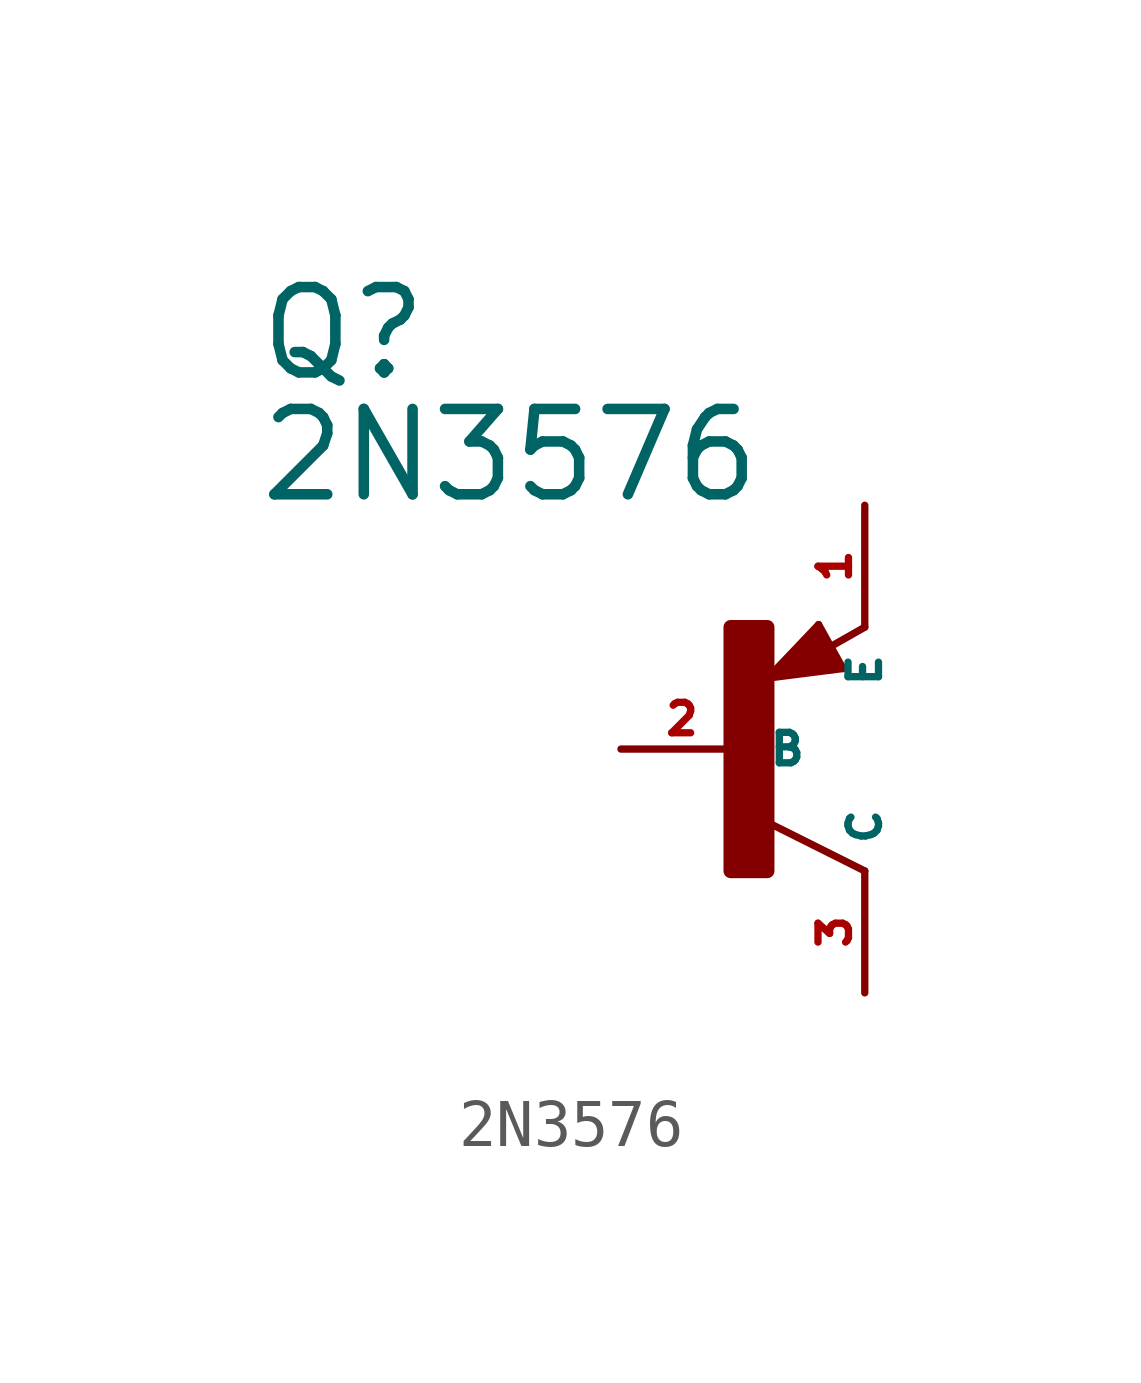
<source format=kicad_sym>
(kicad_symbol_lib
  (version 20220914)
  (generator Eagle2Kicad)
  (symbol "2N3576"
    (property "Reference" "Q"
      (at -10.16 7.62 0)
      (effects (font (size 1.778 1.778) (thickness 0.22)) (justify left bottom)))
    (property "Value" "2N3576"
      (at -10.16 5.08 0)
      (effects (font (size 1.778 1.778) (thickness 0.22)) (justify left bottom)))
    (polyline
      (pts (xy 2.086 1.678) (xy 1.578 2.594))
      (stroke (width 0.152) (type default))
      (fill (type none)))
    (polyline
      (pts (xy 1.578 2.594) (xy 0.516 1.478))
      (stroke (width 0.152) (type default))
      (fill (type none)))
    (polyline
      (pts (xy 0.516 1.478) (xy 2.086 1.678))
      (stroke (width 0.152) (type default))
      (fill (type none)))
    (polyline
      (pts (xy 2.54 2.54) (xy 1.808 2.124))
      (stroke (width 0.152) (type default))
      (fill (type none)))
    (polyline
      (pts (xy 2.54 -2.54) (xy 0.508 -1.524))
      (stroke (width 0.152) (type default))
      (fill (type none)))
    (polyline
      (pts (xy 1.905 1.778) (xy 1.524 2.413))
      (stroke (width 0.254) (type default))
      (fill (type none)))
    (polyline
      (pts (xy 1.524 2.413) (xy 0.762 1.651))
      (stroke (width 0.254) (type default))
      (fill (type none)))
    (polyline
      (pts (xy 0.762 1.651) (xy 1.778 1.778))
      (stroke (width 0.254) (type default))
      (fill (type none)))
    (polyline
      (pts (xy 1.778 1.778) (xy 1.524 2.159))
      (stroke (width 0.254) (type default))
      (fill (type none)))
    (polyline
      (pts (xy 1.524 2.159) (xy 1.143 1.905))
      (stroke (width 0.254) (type default))
      (fill (type none)))
    (polyline
      (pts (xy 1.143 1.905) (xy 1.524 1.905))
      (stroke (width 0.254) (type default))
      (fill (type none)))
    (rectangle
      (start -0.254 -2.54)
      (end 0.508 2.54)
      (stroke (width 0.3) (type default))
      (fill (type outline)))
    (pin passive line
      (at -2.54 0 0)
      (length 2.54)
      (name "B" (effects (font (size 0.635 0.635) (thickness 0.08)) (justify left bottom)))
      (number "2" (effects (font (size 0.635 0.635) (thickness 0.08)) (justify left bottom))))
    (pin passive line
      (at 2.54 5.08 270)
      (length 2.54)
      (name "E" (effects (font (size 0.635 0.635) (thickness 0.08)) (justify left bottom)))
      (number "1" (effects (font (size 0.635 0.635) (thickness 0.08)) (justify left bottom))))
    (pin passive line
      (at 2.54 -5.08 90)
      (length 2.54)
      (name "C" (effects (font (size 0.635 0.635) (thickness 0.08)) (justify left bottom)))
      (number "3" (effects (font (size 0.635 0.635) (thickness 0.08)) (justify left bottom))))))
</source>
